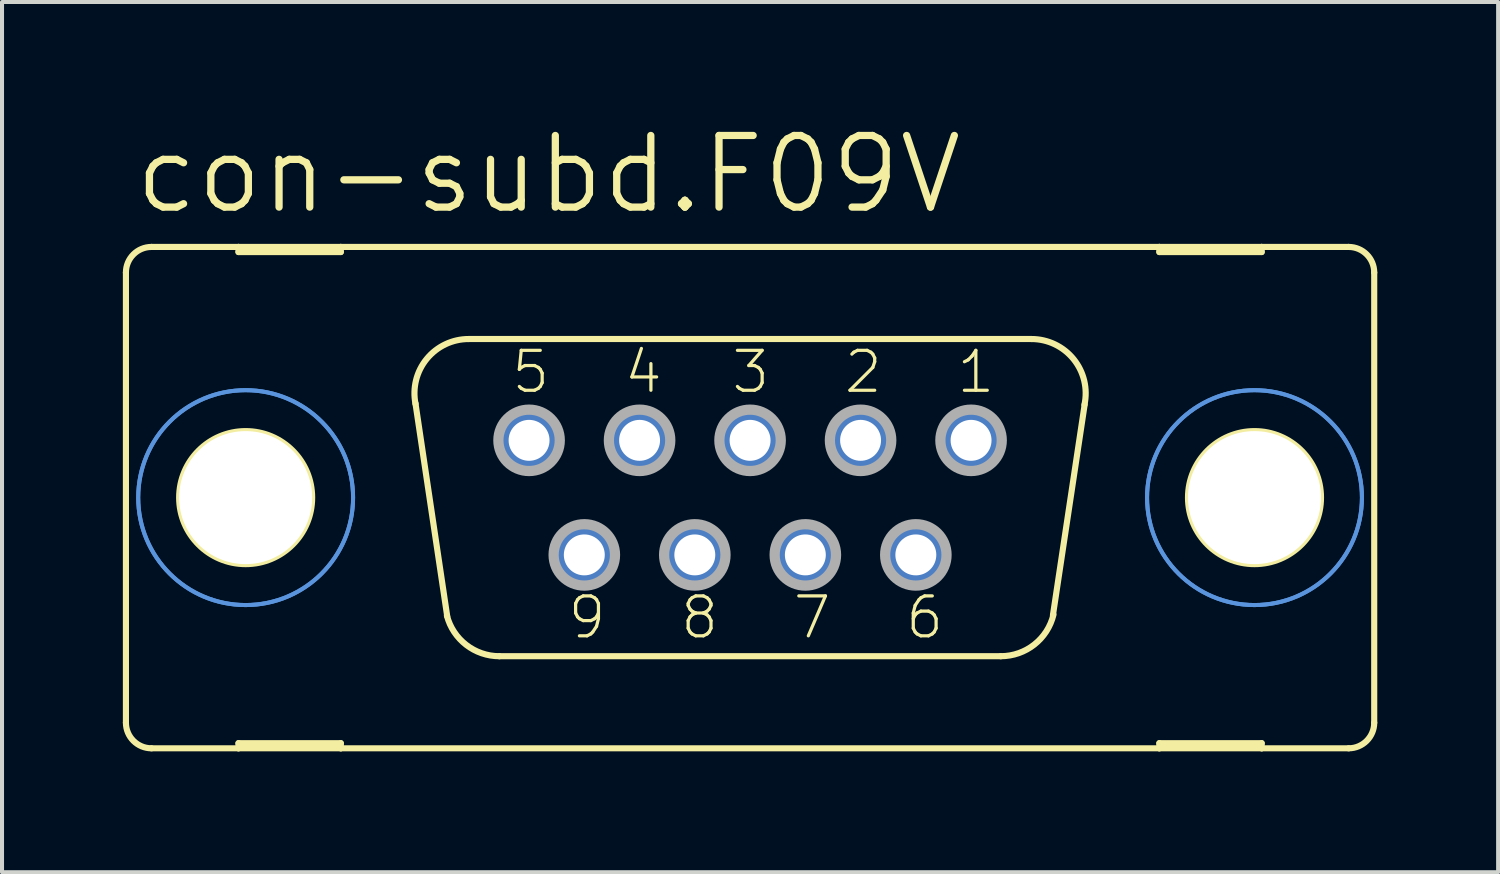
<source format=kicad_pcb>
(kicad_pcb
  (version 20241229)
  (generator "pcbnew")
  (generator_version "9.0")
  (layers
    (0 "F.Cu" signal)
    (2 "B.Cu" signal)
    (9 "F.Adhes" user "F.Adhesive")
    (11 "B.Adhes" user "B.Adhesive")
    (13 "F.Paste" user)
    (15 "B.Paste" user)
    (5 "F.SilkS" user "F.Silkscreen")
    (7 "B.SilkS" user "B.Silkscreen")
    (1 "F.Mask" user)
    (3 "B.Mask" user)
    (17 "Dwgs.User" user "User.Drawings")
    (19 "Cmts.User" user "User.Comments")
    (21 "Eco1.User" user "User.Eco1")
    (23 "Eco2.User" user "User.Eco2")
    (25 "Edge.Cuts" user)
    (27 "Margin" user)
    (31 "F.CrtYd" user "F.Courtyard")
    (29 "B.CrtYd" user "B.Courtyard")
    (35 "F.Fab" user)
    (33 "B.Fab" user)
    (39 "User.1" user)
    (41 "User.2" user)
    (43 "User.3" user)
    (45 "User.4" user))
  (footprint "con-subd.F09V"
    (layer "F.Cu")
    (at 15.57 9.303)
    (property "Reference" "con-subd.F09V" (at -15.367 -6.985 0) (layer "F.SilkS") (effects (font (size 1.778 1.778) (thickness 0.18)) (justify left bottom)))
    (attr through_hole)
    (fp_line (start -15.494 -5.588) (end -15.494 5.588) (stroke (width 0.152) (type default)) (layer "F.SilkS"))
    (fp_line (start -14.859 6.223) (end -12.7 6.223) (stroke (width 0.152) (type default)) (layer "F.SilkS"))
    (fp_line (start -12.7 -6.223) (end -14.859 -6.223) (stroke (width 0.152) (type default)) (layer "F.SilkS"))
    (fp_line (start -12.7 -6.223) (end -12.7 -6.096) (stroke (width 0.152) (type default)) (layer "F.SilkS"))
    (fp_line (start -12.7 -6.096) (end -10.16 -6.096) (stroke (width 0.152) (type default)) (layer "F.SilkS"))
    (fp_line (start -12.7 6.096) (end -10.16 6.096) (stroke (width 0.152) (type default)) (layer "F.SilkS"))
    (fp_line (start -12.7 6.223) (end -12.7 6.096) (stroke (width 0.152) (type default)) (layer "F.SilkS"))
    (fp_line (start -12.7 6.223) (end -10.16 6.223) (stroke (width 0.152) (type default)) (layer "F.SilkS"))
    (fp_line (start -10.16 -6.223) (end -12.7 -6.223) (stroke (width 0.152) (type default)) (layer "F.SilkS"))
    (fp_line (start -10.16 -6.096) (end -10.16 -6.223) (stroke (width 0.152) (type default)) (layer "F.SilkS"))
    (fp_line (start -10.16 6.096) (end -10.16 6.223) (stroke (width 0.152) (type default)) (layer "F.SilkS"))
    (fp_line (start -10.16 6.223) (end 10.16 6.223) (stroke (width 0.152) (type default)) (layer "F.SilkS"))
    (fp_line (start -7.518 2.946) (end -8.306 -2.337) (stroke (width 0.152) (type default)) (layer "F.SilkS"))
    (fp_line (start -6.985 -3.937) (end 6.985 -3.937) (stroke (width 0.152) (type default)) (layer "F.SilkS"))
    (fp_line (start -6.223 3.937) (end 6.223 3.937) (stroke (width 0.152) (type default)) (layer "F.SilkS"))
    (fp_line (start 8.306 -2.311) (end 7.518 2.921) (stroke (width 0.152) (type default)) (layer "F.SilkS"))
    (fp_line (start 10.16 -6.223) (end -10.16 -6.223) (stroke (width 0.152) (type default)) (layer "F.SilkS"))
    (fp_line (start 10.16 -6.223) (end 10.16 -6.096) (stroke (width 0.152) (type default)) (layer "F.SilkS"))
    (fp_line (start 10.16 -6.096) (end 12.7 -6.096) (stroke (width 0.152) (type default)) (layer "F.SilkS"))
    (fp_line (start 10.16 6.096) (end 12.7 6.096) (stroke (width 0.152) (type default)) (layer "F.SilkS"))
    (fp_line (start 10.16 6.223) (end 10.16 6.096) (stroke (width 0.152) (type default)) (layer "F.SilkS"))
    (fp_line (start 10.16 6.223) (end 12.7 6.223) (stroke (width 0.152) (type default)) (layer "F.SilkS"))
    (fp_line (start 12.7 -6.223) (end 10.16 -6.223) (stroke (width 0.152) (type default)) (layer "F.SilkS"))
    (fp_line (start 12.7 -6.096) (end 12.7 -6.223) (stroke (width 0.152) (type default)) (layer "F.SilkS"))
    (fp_line (start 12.7 6.096) (end 12.7 6.223) (stroke (width 0.152) (type default)) (layer "F.SilkS"))
    (fp_line (start 12.7 6.223) (end 14.859 6.223) (stroke (width 0.152) (type default)) (layer "F.SilkS"))
    (fp_line (start 14.859 -6.223) (end 12.7 -6.223) (stroke (width 0.152) (type default)) (layer "F.SilkS"))
    (fp_line (start 15.494 -5.588) (end 15.494 5.588) (stroke (width 0.152) (type default)) (layer "F.SilkS"))
    (fp_arc (start -15.494 -5.588) (mid -15.308013 -6.037013) (end -14.859 -6.223) (stroke (width 0.1524) (type default)) (layer "F.SilkS"))
    (fp_arc (start -14.859 6.223) (mid -15.308013 6.037013) (end -15.494 5.588) (stroke (width 0.1524) (type default)) (layer "F.SilkS"))
    (fp_arc (start -8.3051 -2.3268) (mid -8.026082 -3.444284) (end -6.985 -3.937) (stroke (width 0.1524) (type default)) (layer "F.SilkS"))
    (fp_arc (start -6.223 3.937) (mid -7.0465 3.655746) (end -7.5259 2.9295) (stroke (width 0.1524) (type default)) (layer "F.SilkS"))
    (fp_arc (start 6.985 -3.937) (mid 8.033556 -3.435184) (end 8.3005 -2.3038) (stroke (width 0.1524) (type default)) (layer "F.SilkS"))
    (fp_arc (start 7.5317 2.905) (mid 7.056256 3.647874) (end 6.223 3.937) (stroke (width 0.1524) (type default)) (layer "F.SilkS"))
    (fp_arc (start 14.859 -6.223) (mid 15.308013 -6.037013) (end 15.494 -5.588) (stroke (width 0.1524) (type default)) (layer "F.SilkS"))
    (fp_arc (start 15.494 5.588) (mid 15.308013 6.037013) (end 14.859 6.223) (stroke (width 0.1524) (type default)) (layer "F.SilkS"))
    (fp_circle (center -12.522 0) (end -10.871 0) (stroke (width 0.152) (type default)) (fill no) (layer "F.SilkS"))
    (fp_circle (center 12.522 0) (end 14.173 0) (stroke (width 0.152) (type default)) (fill no) (layer "F.SilkS"))
    (fp_circle (center -12.522 0) (end -9.855 0) (stroke (width 0.1) (type default)) (fill no) (layer "Cmts.User"))
    (fp_circle (center -12.522 0) (end -9.855 0) (stroke (width 0.1) (type default)) (fill no) (layer "Cmts.User"))
    (fp_circle (center 12.522 0) (end 15.189 0) (stroke (width 0.1) (type default)) (fill no) (layer "Cmts.User"))
    (fp_circle (center 12.522 0) (end 15.189 0) (stroke (width 0.1) (type default)) (fill no) (layer "Cmts.User"))
    (fp_circle (center -5.486 -1.422) (end -4.724 -1.422) (stroke (width 0.254) (type default)) (fill no) (layer "F.Fab"))
    (fp_circle (center -4.115 1.422) (end -3.353 1.422) (stroke (width 0.254) (type default)) (fill no) (layer "F.Fab"))
    (fp_circle (center -2.743 -1.422) (end -1.981 -1.422) (stroke (width 0.254) (type default)) (fill no) (layer "F.Fab"))
    (fp_circle (center -1.372 1.422) (end -0.61 1.422) (stroke (width 0.254) (type default)) (fill no) (layer "F.Fab"))
    (fp_circle (center 0 -1.422) (end 0.762 -1.422) (stroke (width 0.254) (type default)) (fill no) (layer "F.Fab"))
    (fp_circle (center 1.372 1.422) (end 2.134 1.422) (stroke (width 0.254) (type default)) (fill no) (layer "F.Fab"))
    (fp_circle (center 2.743 -1.422) (end 3.505 -1.422) (stroke (width 0.254) (type default)) (fill no) (layer "F.Fab"))
    (fp_circle (center 4.115 1.422) (end 4.877 1.422) (stroke (width 0.254) (type default)) (fill no) (layer "F.Fab"))
    (fp_circle (center 5.486 -1.422) (end 6.248 -1.422) (stroke (width 0.254) (type default)) (fill no) (layer "F.Fab"))
    (fp_text user "8" (at -1.778 3.556 0) (layer "F.SilkS") (effects (font (size 0.991 0.991) (thickness 0.08)) (justify left bottom)))
    (fp_text user "3" (at -0.508 -2.54 0) (layer "F.SilkS") (effects (font (size 0.991 0.991) (thickness 0.08)) (justify left bottom)))
    (fp_text user "2" (at 2.286 -2.54 0) (layer "F.SilkS") (effects (font (size 0.991 0.991) (thickness 0.08)) (justify left bottom)))
    (fp_text user "9" (at -4.572 3.556 0) (layer "F.SilkS") (effects (font (size 0.991 0.991) (thickness 0.08)) (justify left bottom)))
    (fp_text user "1" (at 5.08 -2.54 0) (layer "F.SilkS") (effects (font (size 0.991 0.991) (thickness 0.08)) (justify left bottom)))
    (fp_text user "4" (at -3.175 -2.54 0) (layer "F.SilkS") (effects (font (size 0.991 0.991) (thickness 0.08)) (justify left bottom)))
    (fp_text user "5" (at -5.969 -2.54 0) (layer "F.SilkS") (effects (font (size 0.991 0.991) (thickness 0.08)) (justify left bottom)))
    (fp_text user "7" (at 1.016 3.556 0) (layer "F.SilkS") (effects (font (size 0.991 0.991) (thickness 0.08)) (justify left bottom)))
    (fp_text user "6" (at 3.81 3.556 0) (layer "F.SilkS") (effects (font (size 0.991 0.991) (thickness 0.08)) (justify left bottom)))
    (pad "" np_thru_hole circle (at -12.522 0) (size 3.302 3.302) (drill 3.302) (layers "*.Cu" "*.Mask"))
    (pad "" np_thru_hole circle (at 12.522 0) (size 3.302 3.302) (drill 3.302) (layers "*.Cu" "*.Mask"))
    (pad "1" thru_hole circle (at 5.486 -1.422) (size 1.524 1.524) (drill 1.016) (layers "*.Cu" "*.Mask"))
    (pad "2" thru_hole circle (at 2.743 -1.422) (size 1.524 1.524) (drill 1.016) (layers "*.Cu" "*.Mask"))
    (pad "3" thru_hole circle (at 0 -1.422) (size 1.524 1.524) (drill 1.016) (layers "*.Cu" "*.Mask"))
    (pad "4" thru_hole circle (at -2.743 -1.422) (size 1.524 1.524) (drill 1.016) (layers "*.Cu" "*.Mask"))
    (pad "5" thru_hole circle (at -5.486 -1.422) (size 1.524 1.524) (drill 1.016) (layers "*.Cu" "*.Mask"))
    (pad "6" thru_hole circle (at 4.115 1.422) (size 1.524 1.524) (drill 1.016) (layers "*.Cu" "*.Mask"))
    (pad "7" thru_hole circle (at 1.372 1.422) (size 1.524 1.524) (drill 1.016) (layers "*.Cu" "*.Mask"))
    (pad "8" thru_hole circle (at -1.372 1.422) (size 1.524 1.524) (drill 1.016) (layers "*.Cu" "*.Mask"))
    (pad "9" thru_hole circle (at -4.115 1.422) (size 1.524 1.524) (drill 1.016) (layers "*.Cu" "*.Mask")))
  (gr_rect
    (start -3 -3)
    (end 34.14 18.602)
    (stroke (width 0.1) (type default))
    (fill no)
    (layer "Edge.Cuts")))
</source>
